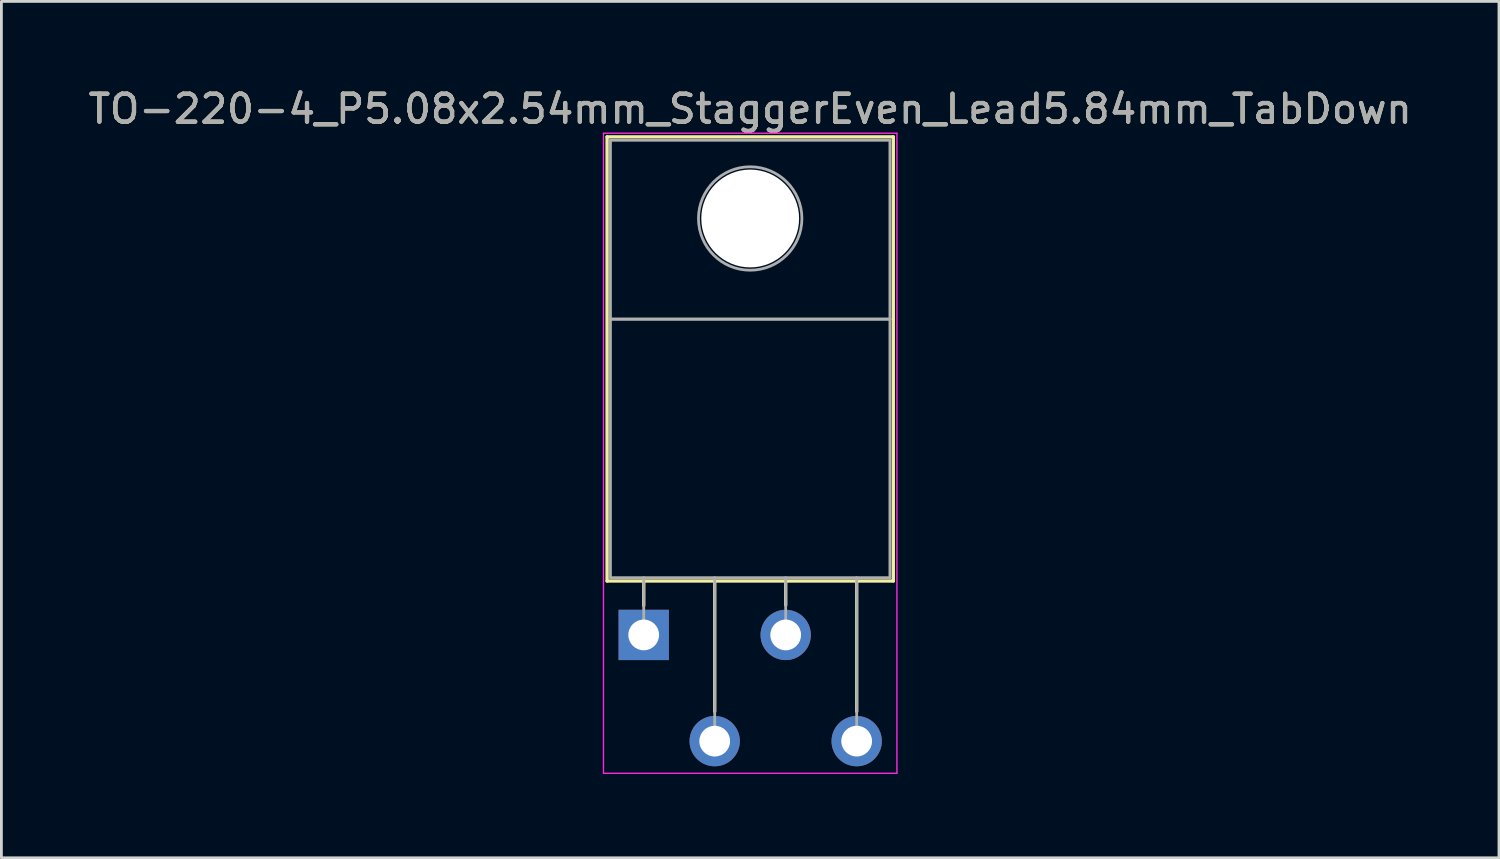
<source format=kicad_pcb>
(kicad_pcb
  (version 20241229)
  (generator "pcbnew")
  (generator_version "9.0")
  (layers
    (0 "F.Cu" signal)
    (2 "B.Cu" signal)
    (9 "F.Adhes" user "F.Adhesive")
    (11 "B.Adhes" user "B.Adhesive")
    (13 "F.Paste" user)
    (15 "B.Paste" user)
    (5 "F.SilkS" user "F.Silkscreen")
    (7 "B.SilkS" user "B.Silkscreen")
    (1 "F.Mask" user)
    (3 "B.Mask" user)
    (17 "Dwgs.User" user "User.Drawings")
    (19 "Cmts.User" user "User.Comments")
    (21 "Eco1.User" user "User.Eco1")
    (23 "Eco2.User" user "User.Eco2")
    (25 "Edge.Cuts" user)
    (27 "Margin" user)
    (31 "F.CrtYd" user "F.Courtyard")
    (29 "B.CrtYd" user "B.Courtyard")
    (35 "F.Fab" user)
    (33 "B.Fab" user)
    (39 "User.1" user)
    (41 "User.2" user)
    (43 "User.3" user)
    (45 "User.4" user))
  (footprint "TO-220-4_P5.08x2.54mm_StaggerEven_Lead5.84mm_TabDown"
    (layer "F.Cu")
    (at 19.982 19.668)
    (property "Reference" "TO-220-4_P5.08x2.54mm_StaggerEven_Lead5.84mm_TabDown" (at 3.81 -18.82 0) (layer "F.SilkS") (effects (font (size 1 1) (thickness 0.15))))
    (attr through_hole)
    (fp_line (start -1.31 -17.82) (end -1.31 -1.93) (stroke (width 0.12) (type solid)) (layer "F.SilkS"))
    (fp_line (start -1.31 -17.82) (end 8.93 -17.82) (stroke (width 0.12) (type solid)) (layer "F.SilkS"))
    (fp_line (start -1.31 -1.93) (end 8.93 -1.93) (stroke (width 0.12) (type solid)) (layer "F.SilkS"))
    (fp_line (start 0 -1.93) (end 0 -1.05) (stroke (width 0.12) (type solid)) (layer "F.SilkS"))
    (fp_line (start 2.54 -1.93) (end 2.54 2.735) (stroke (width 0.12) (type solid)) (layer "F.SilkS"))
    (fp_line (start 5.08 -1.93) (end 5.08 -1.066) (stroke (width 0.12) (type solid)) (layer "F.SilkS"))
    (fp_line (start 7.62 -1.93) (end 7.62 2.735) (stroke (width 0.12) (type solid)) (layer "F.SilkS"))
    (fp_line (start 8.93 -17.82) (end 8.93 -1.93) (stroke (width 0.12) (type solid)) (layer "F.SilkS"))
    (fp_line (start -1.44 -17.95) (end -1.44 4.95) (stroke (width 0.05) (type solid)) (layer "F.CrtYd"))
    (fp_line (start -1.44 4.95) (end 9.06 4.95) (stroke (width 0.05) (type solid)) (layer "F.CrtYd"))
    (fp_line (start 9.06 -17.95) (end -1.44 -17.95) (stroke (width 0.05) (type solid)) (layer "F.CrtYd"))
    (fp_line (start 9.06 4.95) (end 9.06 -17.95) (stroke (width 0.05) (type solid)) (layer "F.CrtYd"))
    (fp_line (start -1.19 -17.7) (end 8.81 -17.7) (stroke (width 0.1) (type solid)) (layer "F.Fab"))
    (fp_line (start -1.19 -11.3) (end -1.19 -17.7) (stroke (width 0.1) (type solid)) (layer "F.Fab"))
    (fp_line (start -1.19 -11.3) (end 8.81 -11.3) (stroke (width 0.1) (type solid)) (layer "F.Fab"))
    (fp_line (start -1.19 -2.05) (end -1.19 -11.3) (stroke (width 0.1) (type solid)) (layer "F.Fab"))
    (fp_line (start 0 -2.05) (end 0 0) (stroke (width 0.1) (type solid)) (layer "F.Fab"))
    (fp_line (start 2.54 -2.05) (end 2.54 3.8) (stroke (width 0.1) (type solid)) (layer "F.Fab"))
    (fp_line (start 5.08 -2.05) (end 5.08 0) (stroke (width 0.1) (type solid)) (layer "F.Fab"))
    (fp_line (start 7.62 -2.05) (end 7.62 3.8) (stroke (width 0.1) (type solid)) (layer "F.Fab"))
    (fp_line (start 8.81 -17.7) (end 8.81 -11.3) (stroke (width 0.1) (type solid)) (layer "F.Fab"))
    (fp_line (start 8.81 -11.3) (end -1.19 -11.3) (stroke (width 0.1) (type solid)) (layer "F.Fab"))
    (fp_line (start 8.81 -11.3) (end 8.81 -2.05) (stroke (width 0.1) (type solid)) (layer "F.Fab"))
    (fp_line (start 8.81 -2.05) (end -1.19 -2.05) (stroke (width 0.1) (type solid)) (layer "F.Fab"))
    (fp_circle (center 3.81 -14.9) (end 5.66 -14.9) (stroke (width 0.1) (type solid)) (fill no) (layer "F.Fab"))
    (fp_text user "${REFERENCE}" (at 3.81 -18.82 0) (layer "F.Fab") (effects (font (size 1 1) (thickness 0.15))))
    (pad "" np_thru_hole oval (at 3.81 -14.9) (size 3.5 3.5) (drill 3.5) (layers "*.Cu" "*.Mask"))
    (pad "1" thru_hole rect (at 0 0) (size 1.8 1.8) (drill 1.1) (layers "*.Cu" "*.Mask"))
    (pad "2" thru_hole oval (at 2.54 3.8) (size 1.8 1.8) (drill 1.1) (layers "*.Cu" "*.Mask"))
    (pad "3" thru_hole oval (at 5.08 0) (size 1.8 1.8) (drill 1.1) (layers "*.Cu" "*.Mask"))
    (pad "4" thru_hole oval (at 7.62 3.8) (size 1.8 1.8) (drill 1.1) (layers "*.Cu" "*.Mask")))
  (gr_rect
    (start -3 -3)
    (end 50.583 27.643)
    (stroke (width 0.1) (type default))
    (fill no)
    (layer "Edge.Cuts")))
</source>
